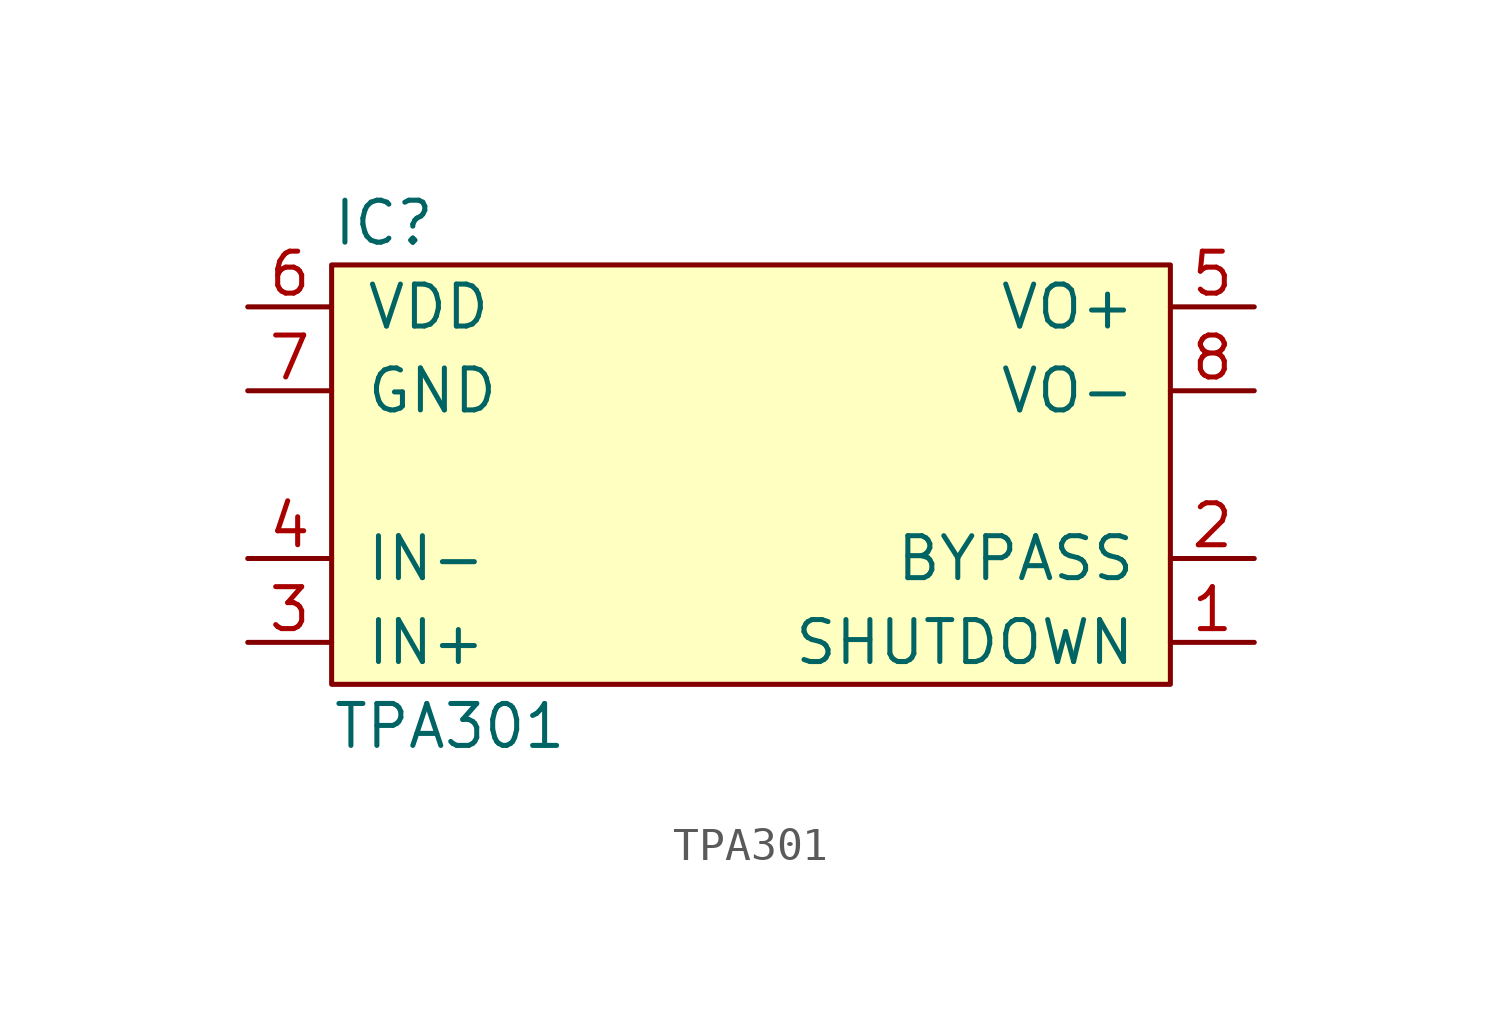
<source format=kicad_sym>
(kicad_symbol_lib
  (version 20211014)
  (generator agg_kicad.build_lib_ic)
  (symbol "TPA301"
    (pin_names
      (offset 1.016))
    (property Reference IC
      (at -12.7 7.62 0)
      (effects (font (size 1.27 1.27)) (justify left)))
    (property Value "TPA301"
      (at -12.7 -7.62 0)
      (effects (font (size 1.27 1.27)) (justify left)))
    (symbol "TPA301_0_0"
      (rectangle (start -12.7 6.35) (end 12.7 -6.35) (stroke (width 0) (type default) (color 0 0 0 0)) (fill (type background)))
      (pin power_in line (at -15.24 5.08 0) (length 2.54) (name VDD (effects (font (size 1.27 1.27)))) (number "6" (effects (font (size 1.27 1.27)))))
      (pin power_in line (at -15.24 2.54 0) (length 2.54) (name GND (effects (font (size 1.27 1.27)))) (number "7" (effects (font (size 1.27 1.27)))))
      (pin input line (at -15.24 -2.54 0) (length 2.54) (name "IN-" (effects (font (size 1.27 1.27)))) (number "4" (effects (font (size 1.27 1.27)))))
      (pin input line (at -15.24 -5.08 0) (length 2.54) (name "IN+" (effects (font (size 1.27 1.27)))) (number "3" (effects (font (size 1.27 1.27)))))
      (pin output line (at 15.24 5.08 180) (length 2.54) (name "VO+" (effects (font (size 1.27 1.27)))) (number "5" (effects (font (size 1.27 1.27)))))
      (pin output line (at 15.24 2.54 180) (length 2.54) (name "VO-" (effects (font (size 1.27 1.27)))) (number "8" (effects (font (size 1.27 1.27)))))
      (pin input line (at 15.24 -2.54 180) (length 2.54) (name BYPASS (effects (font (size 1.27 1.27)))) (number "2" (effects (font (size 1.27 1.27)))))
      (pin input line (at 15.24 -5.08 180) (length 2.54) (name SHUTDOWN (effects (font (size 1.27 1.27)))) (number "1" (effects (font (size 1.27 1.27))))))))
</source>
